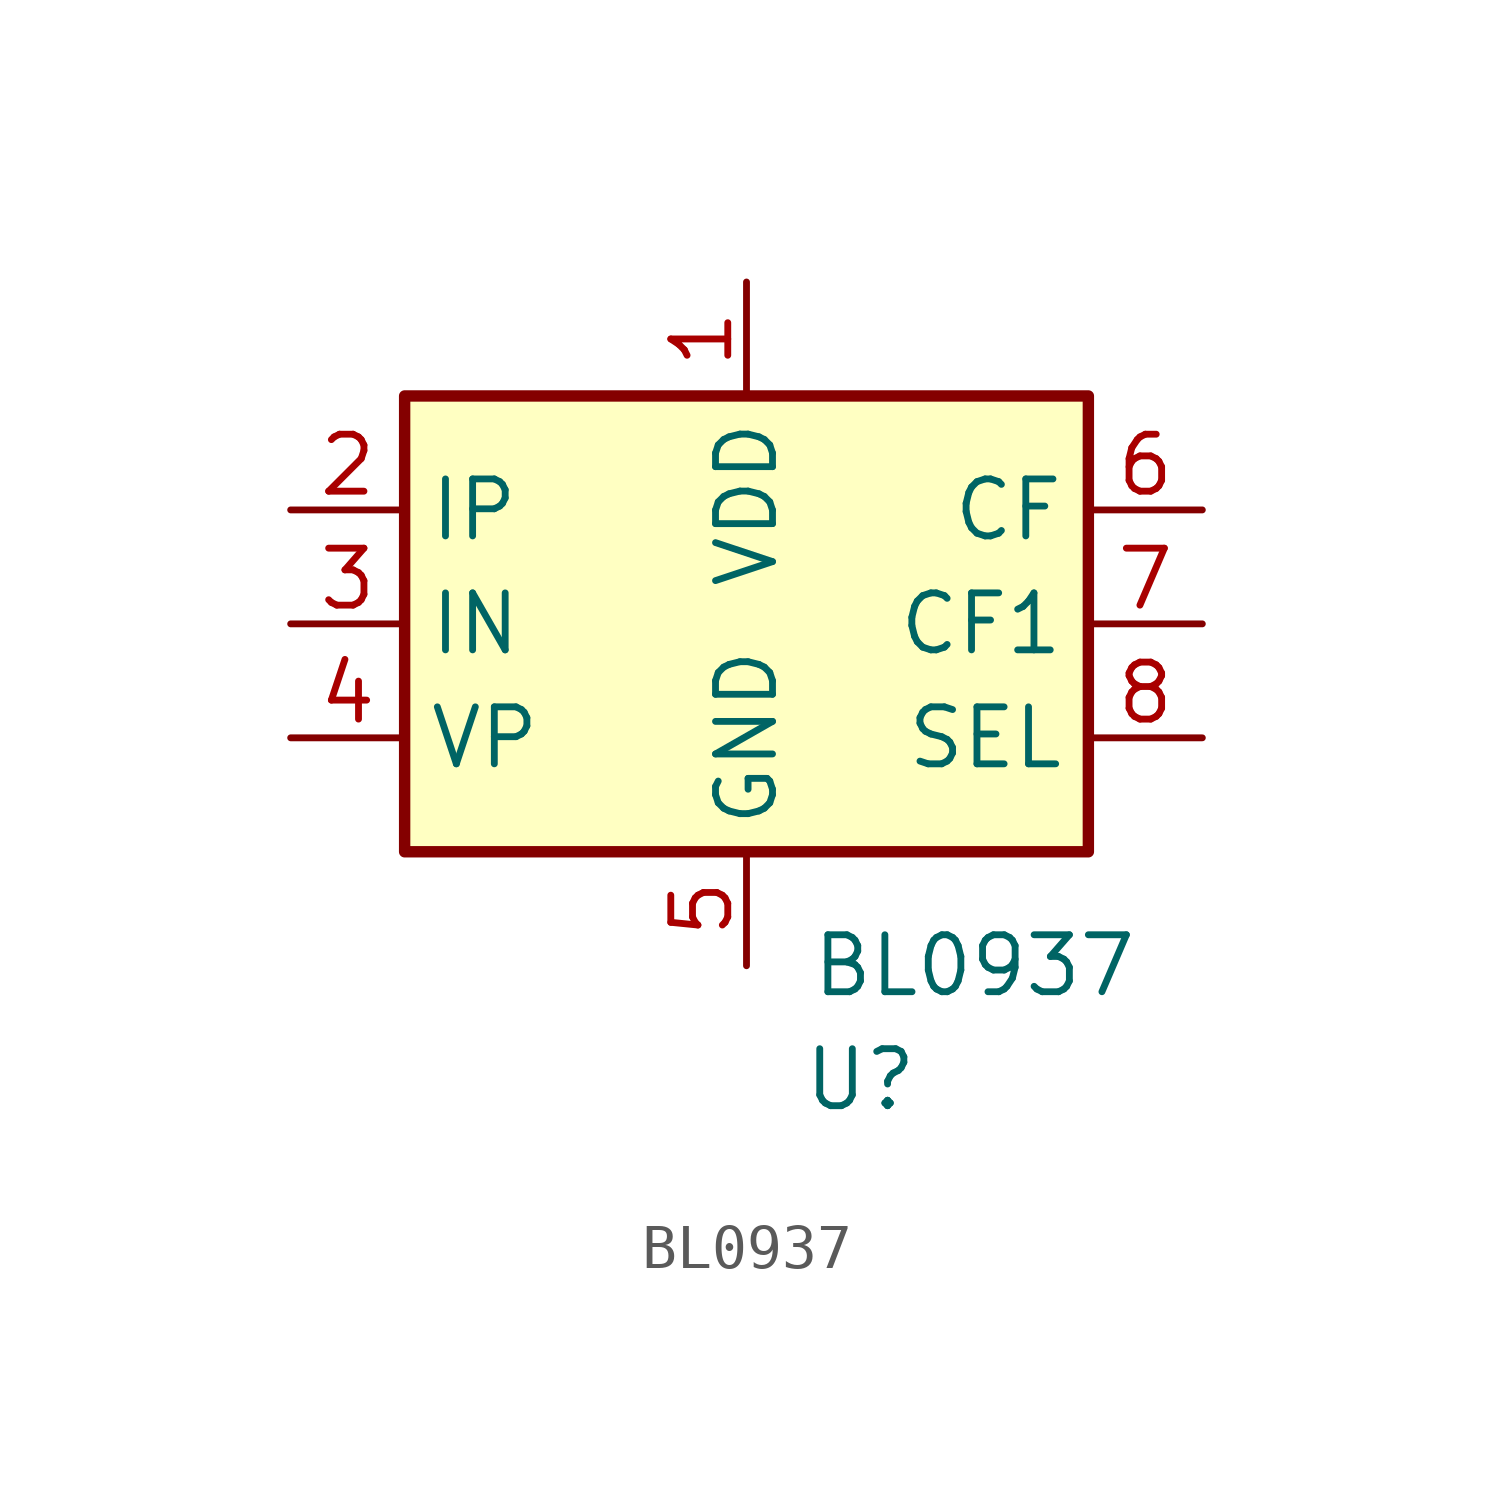
<source format=kicad_sym>
(kicad_symbol_lib
  (version 20201005)
  (generator kicad_symbol_editor)
  (symbol "Sensor:BL0937"
    (property "Reference" "U"
      (at 2.54 -10.16 0)
      (effects (font (size 1.27 1.27))))
    (property "Value" "BL0937"
      (at 5.08 -7.62 0)
      (effects (font (size 1.27 1.27))))
    (symbol "BL0937_0_1"
      (rectangle (start -7.62 5.08) (end 7.62 -5.08) (stroke (width 0.254)) (fill (type background))))
    (symbol "BL0937_1_1"
      (pin power_in line (at 0 7.62 270) (length 2.54) (name "VDD" (effects (font (size 1.27 1.27)))) (number "1" (effects (font (size 1.27 1.27)))))
      (pin input line (at -10.16 2.54 0) (length 2.54) (name "IP" (effects (font (size 1.27 1.27)))) (number "2" (effects (font (size 1.27 1.27)))))
      (pin input line (at -10.16 0 0) (length 2.54) (name "IN" (effects (font (size 1.27 1.27)))) (number "3" (effects (font (size 1.27 1.27)))))
      (pin input line (at -10.16 -2.54 0) (length 2.54) (name "VP" (effects (font (size 1.27 1.27)))) (number "4" (effects (font (size 1.27 1.27)))))
      (pin power_in line (at 0 -7.62 90) (length 2.54) (name "GND" (effects (font (size 1.27 1.27)))) (number "5" (effects (font (size 1.27 1.27)))))
      (pin output line (at 10.16 2.54 180) (length 2.54) (name "CF" (effects (font (size 1.27 1.27)))) (number "6" (effects (font (size 1.27 1.27)))))
      (pin output line (at 10.16 0 180) (length 2.54) (name "CF1" (effects (font (size 1.27 1.27)))) (number "7" (effects (font (size 1.27 1.27)))))
      (pin input line (at 10.16 -2.54 180) (length 2.54) (name "SEL" (effects (font (size 1.27 1.27)))) (number "8" (effects (font (size 1.27 1.27))))))))
</source>
